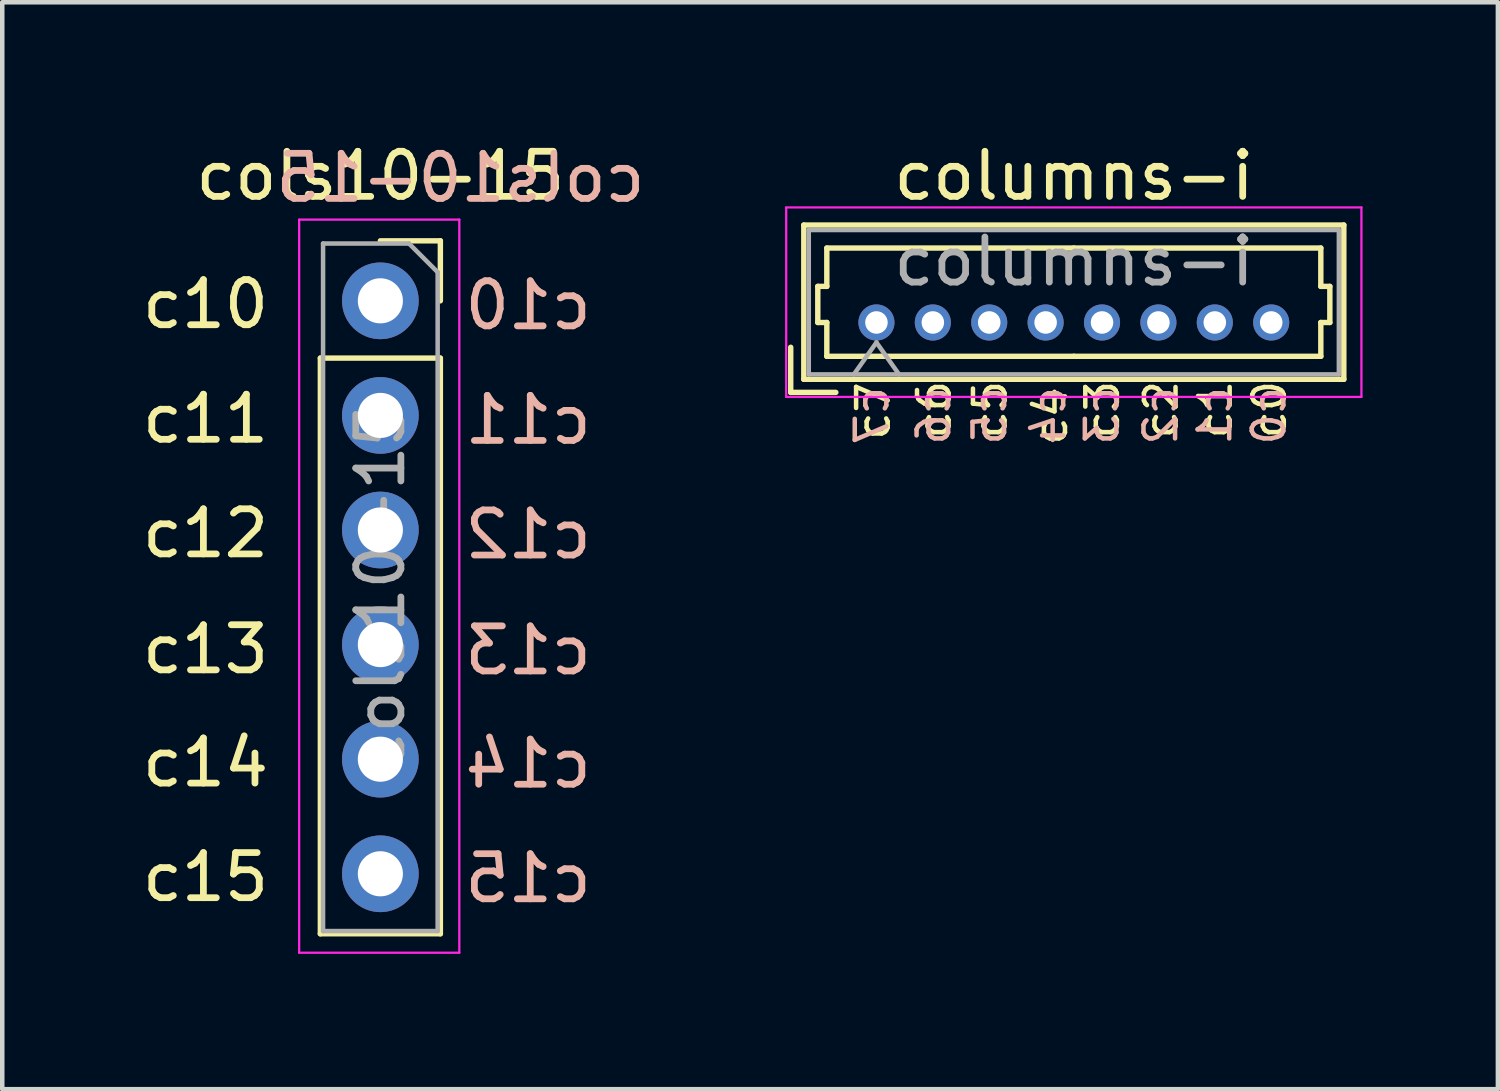
<source format=kicad_pcb>
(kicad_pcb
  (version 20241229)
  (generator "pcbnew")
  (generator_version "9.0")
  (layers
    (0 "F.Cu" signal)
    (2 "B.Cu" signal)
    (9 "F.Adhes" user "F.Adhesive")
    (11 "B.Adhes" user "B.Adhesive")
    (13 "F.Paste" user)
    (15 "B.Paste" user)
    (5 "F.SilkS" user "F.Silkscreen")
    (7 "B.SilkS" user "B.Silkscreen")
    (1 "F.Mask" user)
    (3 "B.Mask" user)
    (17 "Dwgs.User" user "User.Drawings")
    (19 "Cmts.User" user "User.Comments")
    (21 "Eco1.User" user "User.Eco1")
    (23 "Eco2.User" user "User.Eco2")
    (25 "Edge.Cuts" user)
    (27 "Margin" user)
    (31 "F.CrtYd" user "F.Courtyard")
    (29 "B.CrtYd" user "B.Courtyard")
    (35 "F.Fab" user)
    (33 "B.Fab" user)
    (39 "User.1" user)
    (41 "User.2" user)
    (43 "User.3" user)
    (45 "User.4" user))
  (footprint "columns-i"
    (layer "F.Cu")
    (at 16.377 4.098)
    (property "Reference" "columns-i" (at 4.38 -3.25 0) (layer "F.SilkS") (effects (font (size 1 1) (thickness 0.15))))
    (attr through_hole)
    (fp_line (start -1.9 1.55) (end -1.9 0.55) (stroke (width 0.12) (type solid)) (layer "F.SilkS"))
    (fp_line (start -1.9 1.55) (end -0.9 1.55) (stroke (width 0.12) (type solid)) (layer "F.SilkS"))
    (fp_line (start -1.61 -2.16) (end -1.61 1.26) (stroke (width 0.12) (type solid)) (layer "F.SilkS"))
    (fp_line (start -1.61 1.26) (end 10.36 1.26) (stroke (width 0.12) (type solid)) (layer "F.SilkS"))
    (fp_line (start -1.3 -0.8) (end -1.1 -0.8) (stroke (width 0.12) (type solid)) (layer "F.SilkS"))
    (fp_line (start -1.3 0) (end -1.3 -0.8) (stroke (width 0.12) (type solid)) (layer "F.SilkS"))
    (fp_line (start -1.1 -1.65) (end 4.375 -1.65) (stroke (width 0.12) (type solid)) (layer "F.SilkS"))
    (fp_line (start -1.1 -0.8) (end -1.1 -1.65) (stroke (width 0.12) (type solid)) (layer "F.SilkS"))
    (fp_line (start -1.1 0) (end -1.3 0) (stroke (width 0.12) (type solid)) (layer "F.SilkS"))
    (fp_line (start -1.1 0.75) (end -1.1 0) (stroke (width 0.12) (type solid)) (layer "F.SilkS"))
    (fp_line (start 4.375 0.75) (end -1.1 0.75) (stroke (width 0.12) (type solid)) (layer "F.SilkS"))
    (fp_line (start 4.375 0.75) (end 9.85 0.75) (stroke (width 0.12) (type solid)) (layer "F.SilkS"))
    (fp_line (start 9.85 -1.65) (end 4.375 -1.65) (stroke (width 0.12) (type solid)) (layer "F.SilkS"))
    (fp_line (start 9.85 -0.8) (end 9.85 -1.65) (stroke (width 0.12) (type solid)) (layer "F.SilkS"))
    (fp_line (start 9.85 0) (end 10.05 0) (stroke (width 0.12) (type solid)) (layer "F.SilkS"))
    (fp_line (start 9.85 0.75) (end 9.85 0) (stroke (width 0.12) (type solid)) (layer "F.SilkS"))
    (fp_line (start 10.05 -0.8) (end 9.85 -0.8) (stroke (width 0.12) (type solid)) (layer "F.SilkS"))
    (fp_line (start 10.05 0) (end 10.05 -0.8) (stroke (width 0.12) (type solid)) (layer "F.SilkS"))
    (fp_line (start 10.36 -2.16) (end -1.61 -2.16) (stroke (width 0.12) (type solid)) (layer "F.SilkS"))
    (fp_line (start 10.36 1.26) (end 10.36 -2.16) (stroke (width 0.12) (type solid)) (layer "F.SilkS"))
    (fp_line (start -2 -2.55) (end -2 1.65) (stroke (width 0.05) (type solid)) (layer "F.CrtYd"))
    (fp_line (start -2 1.65) (end 10.75 1.65) (stroke (width 0.05) (type solid)) (layer "F.CrtYd"))
    (fp_line (start 10.75 -2.55) (end -2 -2.55) (stroke (width 0.05) (type solid)) (layer "F.CrtYd"))
    (fp_line (start 10.75 1.65) (end 10.75 -2.55) (stroke (width 0.05) (type solid)) (layer "F.CrtYd"))
    (fp_line (start -1.5 -2.05) (end -1.5 1.15) (stroke (width 0.1) (type solid)) (layer "F.Fab"))
    (fp_line (start -1.5 1.15) (end 10.25 1.15) (stroke (width 0.1) (type solid)) (layer "F.Fab"))
    (fp_line (start -0.5 1.15) (end 0 0.443) (stroke (width 0.1) (type solid)) (layer "F.Fab"))
    (fp_line (start 0 0.443) (end 0.5 1.15) (stroke (width 0.1) (type solid)) (layer "F.Fab"))
    (fp_line (start 10.25 -2.05) (end -1.5 -2.05) (stroke (width 0.1) (type solid)) (layer "F.Fab"))
    (fp_line (start 10.25 1.15) (end 10.25 -2.05) (stroke (width 0.1) (type solid)) (layer "F.Fab"))
    (fp_text user "c4" (at 4.27 2.77 90) (unlocked yes) (layer "F.SilkS") (effects (font (size 0.7 0.7) (thickness 0.1)) (justify left bottom)))
    (fp_text user "c0" (at 9.12 2.63 90) (unlocked yes) (layer "F.SilkS") (effects (font (size 0.7 0.7) (thickness 0.1)) (justify left bottom)))
    (fp_text user "c3" (at 5.42 2.63 90) (unlocked yes) (layer "F.SilkS") (effects (font (size 0.7 0.7) (thickness 0.1)) (justify left bottom)))
    (fp_text user "c6" (at 1.69 2.63 90) (unlocked yes) (layer "F.SilkS") (effects (font (size 0.7 0.7) (thickness 0.1)) (justify left bottom)))
    (fp_text user "c2" (at 6.72 2.63 90) (unlocked yes) (layer "F.SilkS") (effects (font (size 0.7 0.7) (thickness 0.1)) (justify left bottom)))
    (fp_text user "c7" (at 0.34 2.66 90) (unlocked yes) (layer "F.SilkS") (effects (font (size 0.7 0.7) (thickness 0.1)) (justify left bottom)))
    (fp_text user "c1" (at 7.92 2.63 90) (unlocked yes) (layer "F.SilkS") (effects (font (size 0.7 0.7) (thickness 0.1)) (justify left bottom)))
    (fp_text user "c5" (at 2.93 2.63 90) (unlocked yes) (layer "F.SilkS") (effects (font (size 0.7 0.7) (thickness 0.1)) (justify left bottom)))
    (fp_text user "c1" (at 7.91 1.37 90) (unlocked yes) (layer "B.SilkS") (effects (font (size 0.7 0.7) (thickness 0.1)) (justify left bottom mirror)))
    (fp_text user "c2" (at 6.71 1.37 90) (unlocked yes) (layer "B.SilkS") (effects (font (size 0.7 0.7) (thickness 0.1)) (justify left bottom mirror)))
    (fp_text user "c6" (at 1.68 1.37 90) (unlocked yes) (layer "B.SilkS") (effects (font (size 0.7 0.7) (thickness 0.1)) (justify left bottom mirror)))
    (fp_text user "c3" (at 5.41 1.37 90) (unlocked yes) (layer "B.SilkS") (effects (font (size 0.7 0.7) (thickness 0.1)) (justify left bottom mirror)))
    (fp_text user "c5" (at 2.92 1.37 90) (unlocked yes) (layer "B.SilkS") (effects (font (size 0.7 0.7) (thickness 0.1)) (justify left bottom mirror)))
    (fp_text user "c4" (at 4.23 1.37 90) (unlocked yes) (layer "B.SilkS") (effects (font (size 0.7 0.7) (thickness 0.1)) (justify left bottom mirror)))
    (fp_text user "c7" (at 0.31 1.37 90) (unlocked yes) (layer "B.SilkS") (effects (font (size 0.7 0.7) (thickness 0.1)) (justify left bottom mirror)))
    (fp_text user "c0" (at 9.11 1.37 90) (unlocked yes) (layer "B.SilkS") (effects (font (size 0.7 0.7) (thickness 0.1)) (justify left bottom mirror)))
    (fp_text user "${REFERENCE}" (at 4.38 -1.35 0) (layer "F.Fab") (effects (font (size 1 1) (thickness 0.15))))
    (pad "1" thru_hole circle (at 0 0) (size 0.8 0.8) (drill 0.5) (layers "*.Cu" "*.Mask"))
    (pad "2" thru_hole circle (at 1.25 0) (size 0.8 0.8) (drill 0.5) (layers "*.Cu" "*.Mask"))
    (pad "3" thru_hole circle (at 2.5 0) (size 0.8 0.8) (drill 0.5) (layers "*.Cu" "*.Mask"))
    (pad "4" thru_hole circle (at 3.75 0) (size 0.8 0.8) (drill 0.5) (layers "*.Cu" "*.Mask"))
    (pad "5" thru_hole circle (at 5 0) (size 0.8 0.8) (drill 0.5) (layers "*.Cu" "*.Mask"))
    (pad "6" thru_hole circle (at 6.25 0) (size 0.8 0.8) (drill 0.5) (layers "*.Cu" "*.Mask"))
    (pad "7" thru_hole circle (at 7.5 0) (size 0.8 0.8) (drill 0.5) (layers "*.Cu" "*.Mask"))
    (pad "8" thru_hole circle (at 8.75 0) (size 0.8 0.8) (drill 0.5) (layers "*.Cu" "*.Mask")))
  (footprint "cols10-15"
    (layer "F.Cu")
    (at 5.381 3.618)
    (property "Reference" "cols10-15" (at 0 -2.77 0) (layer "F.SilkS") (effects (font (size 1 1) (thickness 0.15))))
    (attr through_hole)
    (fp_line (start -1.33 1.27) (end -1.33 14.03) (stroke (width 0.12) (type solid)) (layer "F.SilkS"))
    (fp_line (start -1.33 1.27) (end 1.33 1.27) (stroke (width 0.12) (type solid)) (layer "F.SilkS"))
    (fp_line (start -1.33 14.03) (end 1.33 14.03) (stroke (width 0.12) (type solid)) (layer "F.SilkS"))
    (fp_line (start 0 -1.33) (end 1.33 -1.33) (stroke (width 0.12) (type solid)) (layer "F.SilkS"))
    (fp_line (start 1.33 -1.33) (end 1.33 0) (stroke (width 0.12) (type solid)) (layer "F.SilkS"))
    (fp_line (start 1.33 1.27) (end 1.33 14.03) (stroke (width 0.12) (type solid)) (layer "F.SilkS"))
    (fp_line (start -1.8 -1.8) (end 1.75 -1.8) (stroke (width 0.05) (type solid)) (layer "F.CrtYd"))
    (fp_line (start -1.8 14.45) (end -1.8 -1.8) (stroke (width 0.05) (type solid)) (layer "F.CrtYd"))
    (fp_line (start 1.75 -1.8) (end 1.75 14.45) (stroke (width 0.05) (type solid)) (layer "F.CrtYd"))
    (fp_line (start 1.75 14.45) (end -1.8 14.45) (stroke (width 0.05) (type solid)) (layer "F.CrtYd"))
    (fp_line (start -1.27 -1.27) (end 0.635 -1.27) (stroke (width 0.1) (type solid)) (layer "F.Fab"))
    (fp_line (start -1.27 13.97) (end -1.27 -1.27) (stroke (width 0.1) (type solid)) (layer "F.Fab"))
    (fp_line (start 0.635 -1.27) (end 1.27 -0.635) (stroke (width 0.1) (type solid)) (layer "F.Fab"))
    (fp_line (start 1.27 -0.635) (end 1.27 13.97) (stroke (width 0.1) (type solid)) (layer "F.Fab"))
    (fp_line (start 1.27 13.97) (end -1.27 13.97) (stroke (width 0.1) (type solid)) (layer "F.Fab"))
    (fp_text user "c14" (at -3.875 10.235 0) (unlocked yes) (layer "F.SilkS") (effects (font (size 1 1) (thickness 0.15))))
    (fp_text user "c15" (at -3.875 12.775 0) (unlocked yes) (layer "F.SilkS") (effects (font (size 1 1) (thickness 0.15))))
    (fp_text user "c12" (at -3.875 5.155 0) (unlocked yes) (layer "F.SilkS") (effects (font (size 1 1) (thickness 0.15))))
    (fp_text user "c10" (at -3.875 0.075 0) (unlocked yes) (layer "F.SilkS") (effects (font (size 1 1) (thickness 0.15))))
    (fp_text user "c11" (at -3.875 2.615 0) (unlocked yes) (layer "F.SilkS") (effects (font (size 1 1) (thickness 0.15))))
    (fp_text user "c13" (at -3.875 7.725 0) (unlocked yes) (layer "F.SilkS") (effects (font (size 1 1) (thickness 0.15))))
    (fp_text user "c13" (at 3.275 7.75 0) (unlocked yes) (layer "B.SilkS") (effects (font (size 1 1) (thickness 0.15)) (justify mirror)))
    (fp_text user "c15" (at 3.275 12.8 0) (unlocked yes) (layer "B.SilkS") (effects (font (size 1 1) (thickness 0.15)) (justify mirror)))
    (fp_text user "c12" (at 3.275 5.18 0) (unlocked yes) (layer "B.SilkS") (effects (font (size 1 1) (thickness 0.15)) (justify mirror)))
    (fp_text user "${REFERENCE}" (at 1.775 -2.725 0) (layer "B.SilkS") (effects (font (size 1 1) (thickness 0.15)) (justify mirror)))
    (fp_text user "c14" (at 3.275 10.26 0) (unlocked yes) (layer "B.SilkS") (effects (font (size 1 1) (thickness 0.15)) (justify mirror)))
    (fp_text user "c10" (at 3.275 0.1 0) (unlocked yes) (layer "B.SilkS") (effects (font (size 1 1) (thickness 0.15)) (justify mirror)))
    (fp_text user "c11" (at 3.275 2.64 0) (unlocked yes) (layer "B.SilkS") (effects (font (size 1 1) (thickness 0.15)) (justify mirror)))
    (fp_text user "${REFERENCE}" (at 0 6.35 90) (layer "F.Fab") (effects (font (size 1 1) (thickness 0.15))))
    (pad "1" thru_hole circle (at 0 0) (size 1.7 1.7) (drill 1) (layers "*.Cu" "*.Mask"))
    (pad "2" thru_hole oval (at 0 2.54) (size 1.7 1.7) (drill 1) (layers "*.Cu" "*.Mask"))
    (pad "3" thru_hole oval (at 0 5.08) (size 1.7 1.7) (drill 1) (layers "*.Cu" "*.Mask"))
    (pad "4" thru_hole oval (at 0 7.62) (size 1.7 1.7) (drill 1) (layers "*.Cu" "*.Mask"))
    (pad "5" thru_hole oval (at 0 10.16) (size 1.7 1.7) (drill 1) (layers "*.Cu" "*.Mask"))
    (pad "6" thru_hole oval (at 0 12.7) (size 1.7 1.7) (drill 1) (layers "*.Cu" "*.Mask")))
  (gr_rect
    (start -3 -3)
    (end 30.152 21.093)
    (stroke (width 0.1) (type default))
    (fill no)
    (layer "Edge.Cuts")))
</source>
